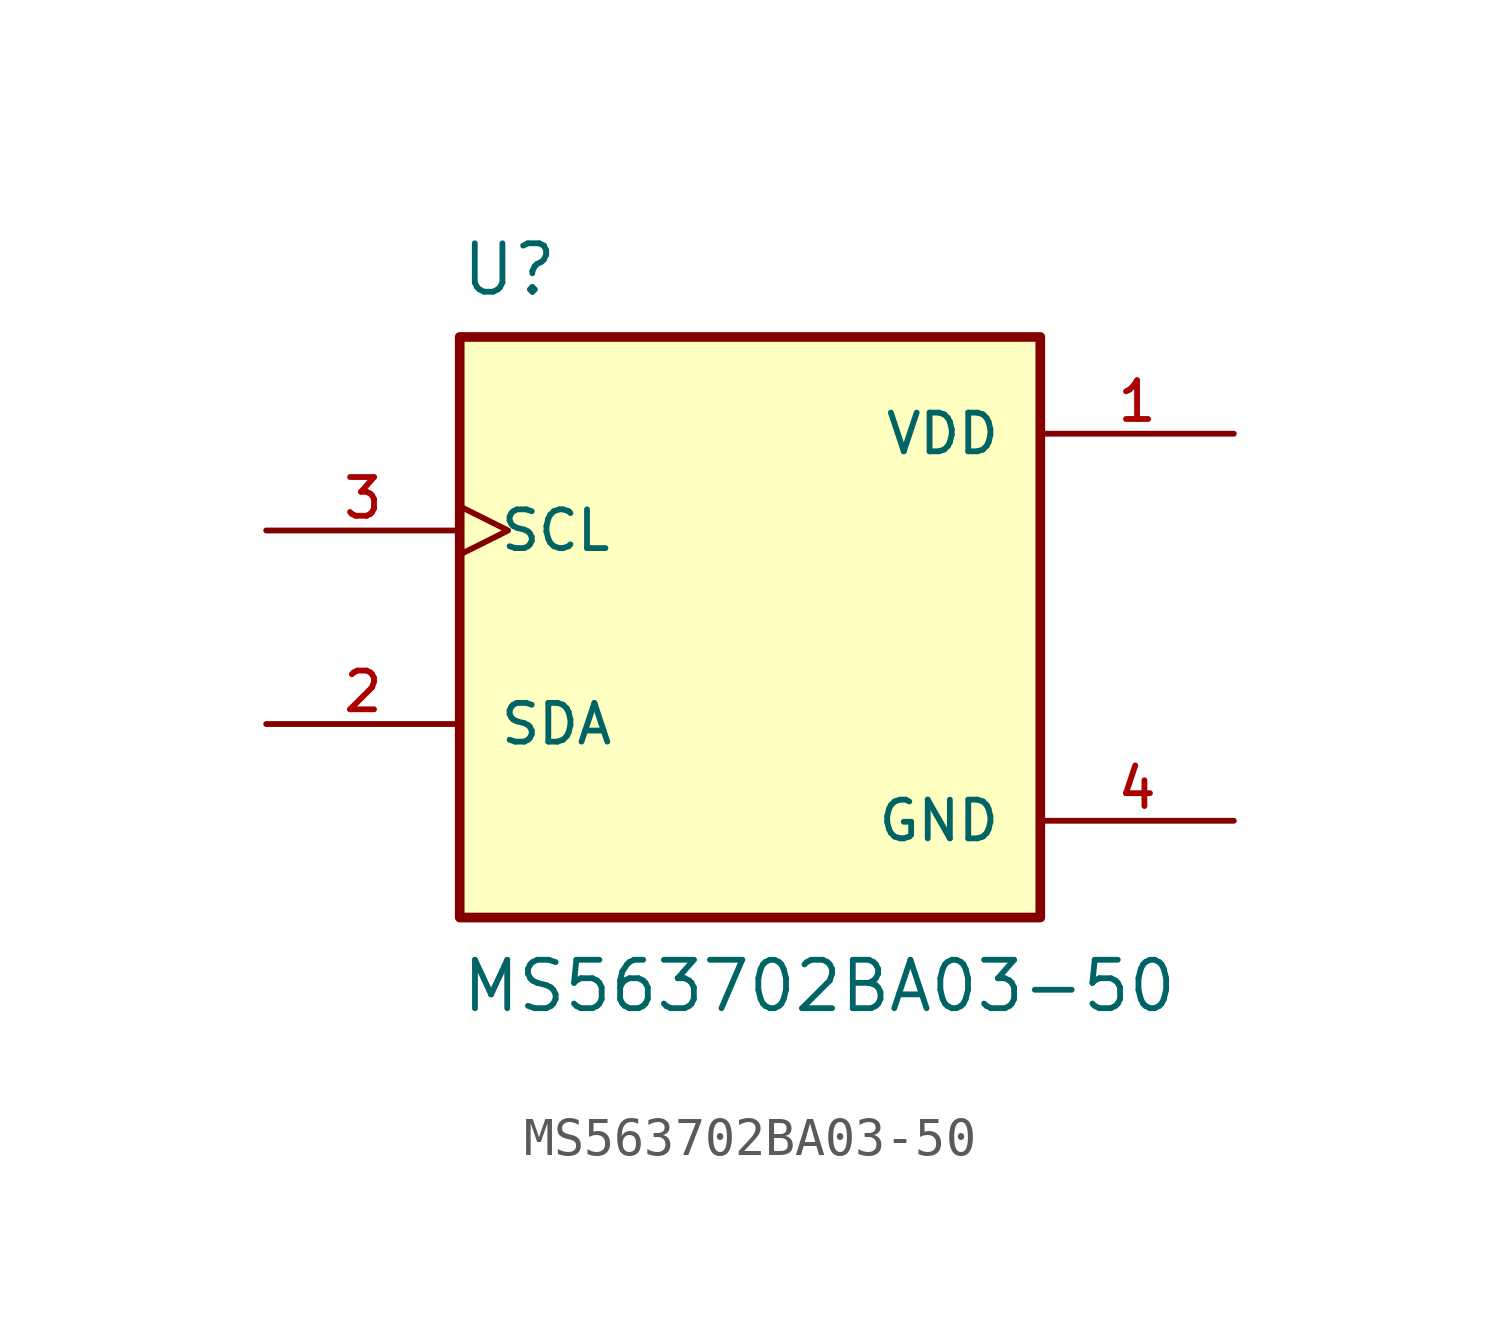
<source format=kicad_sym>
(kicad_symbol_lib
  (version 20211014)
  (generator kicad_symbol_editor)
  (symbol "MS563702BA03-50"
    (pin_names
      (offset 1.016))
    (property "Reference" "U"
      (at -7.627 8.644 0)
      (effects (font (size 1.27 1.27)) (justify bottom left)))
    (property "Value" "MS563702BA03-50"
      (at -7.622 -10.163 0)
      (effects (font (size 1.27 1.27)) (justify bottom left)))
    (symbol "MS563702BA03-50_0_0"
      (rectangle (start -7.62 -7.62) (end 7.62 7.62) (stroke (width 0.254)) (fill (type background)))
      (pin input clock (at -12.7 2.54 0) (length 5.08) (name "SCL" (effects (font (size 1.016 1.016)))) (number "3" (effects (font (size 1.016 1.016)))))
      (pin bidirectional line (at -12.7 -2.54 0) (length 5.08) (name "SDA" (effects (font (size 1.016 1.016)))) (number "2" (effects (font (size 1.016 1.016)))))
      (pin power_in line (at 12.7 5.08 180.0) (length 5.08) (name "VDD" (effects (font (size 1.016 1.016)))) (number "1" (effects (font (size 1.016 1.016)))))
      (pin power_in line (at 12.7 -5.08 180.0) (length 5.08) (name "GND" (effects (font (size 1.016 1.016)))) (number "4" (effects (font (size 1.016 1.016))))))))
</source>
